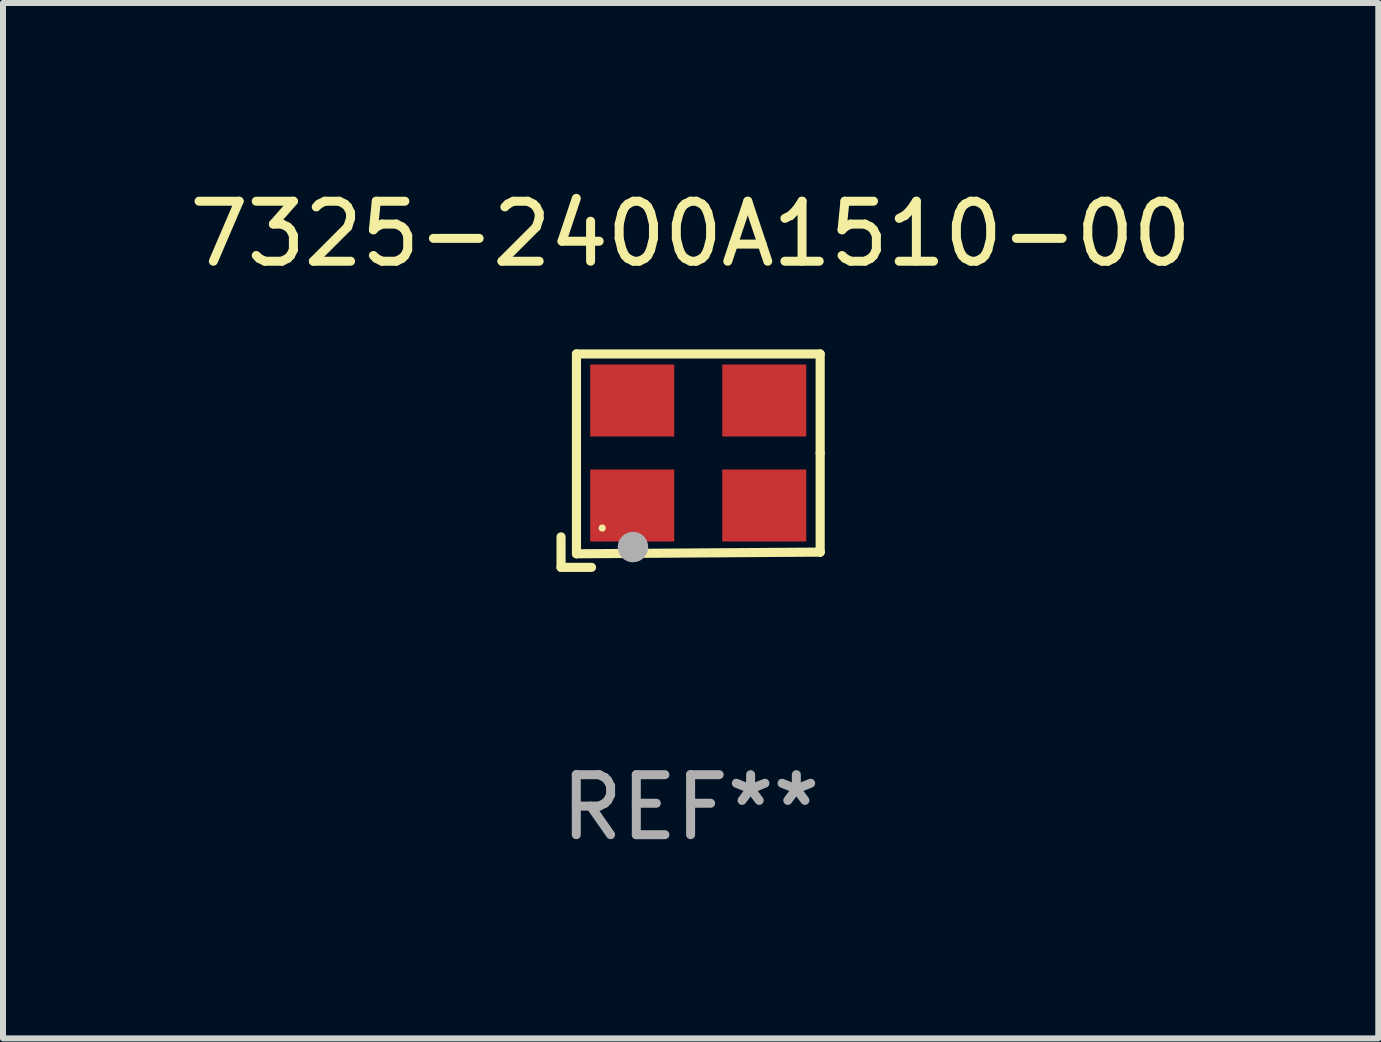
<source format=kicad_pcb>
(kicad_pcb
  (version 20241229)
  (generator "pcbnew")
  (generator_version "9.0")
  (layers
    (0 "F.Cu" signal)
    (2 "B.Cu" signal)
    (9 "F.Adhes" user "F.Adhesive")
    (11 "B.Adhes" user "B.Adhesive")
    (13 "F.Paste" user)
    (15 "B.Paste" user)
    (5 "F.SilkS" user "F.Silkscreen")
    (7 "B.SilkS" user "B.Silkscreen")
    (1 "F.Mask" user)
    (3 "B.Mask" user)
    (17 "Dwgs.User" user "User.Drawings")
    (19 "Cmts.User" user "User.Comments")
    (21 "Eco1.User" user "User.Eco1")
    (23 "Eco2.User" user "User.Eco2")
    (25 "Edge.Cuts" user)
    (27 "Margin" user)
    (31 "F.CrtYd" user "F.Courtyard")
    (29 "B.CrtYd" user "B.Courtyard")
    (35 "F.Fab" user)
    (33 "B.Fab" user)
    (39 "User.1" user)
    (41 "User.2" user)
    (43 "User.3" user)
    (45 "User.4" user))
  (footprint "7325-2400A1510-00"
    (layer "F.Cu")
    (at 8.458 4.626)
    (property "Reference" "7325-2400A1510-00" (at 0 -3.778 0) (layer "F.SilkS") (effects (font (size 1 1) (thickness 0.15))))
    (attr through_hole)
    (fp_line (start -2.159 1.27) (end -2.159 1.778) (stroke (width 0.152) (type solid)) (layer "F.SilkS"))
    (fp_line (start -2.159 1.778) (end -1.651 1.778) (stroke (width 0.152) (type solid)) (layer "F.SilkS"))
    (fp_line (start -1.902 -1.778) (end 2.159 -1.778) (stroke (width 0.152) (type solid)) (layer "F.SilkS"))
    (fp_line (start -1.902 1.552) (end -1.902 -1.778) (stroke (width 0.152) (type solid)) (layer "F.SilkS"))
    (fp_line (start 2.159 -1.778) (end 2.159 -0.127) (stroke (width 0.152) (type solid)) (layer "F.SilkS"))
    (fp_line (start 2.159 -0.127) (end 2.159 1.524) (stroke (width 0.152) (type solid)) (layer "F.SilkS"))
    (fp_line (start 2.159 1.524) (end -1.902 1.552) (stroke (width 0.152) (type solid)) (layer "F.SilkS"))
    (fp_line (start 2.159 1.524) (end 2.159 1.524) (stroke (width 0.152) (type solid)) (layer "F.SilkS"))
    (fp_circle (center -1.473 1.123) (end -1.443 1.123) (stroke (width 0.06) (type solid)) (fill no) (layer "F.SilkS"))
    (fp_circle (center -0.961 1.44) (end -0.834 1.44) (stroke (width 0.254) (type solid)) (fill no) (layer "F.Fab"))
    (fp_text user "REF**" (at 0 5.778 0) (layer "F.Fab") (effects (font (size 1 1) (thickness 0.15))))
    (pad "1" smd rect (at -0.973 0.748) (size 1.4 1.2) (layers "F.Cu" "F.Mask" "F.Paste"))
    (pad "2" smd rect (at 1.227 0.748) (size 1.4 1.2) (layers "F.Cu" "F.Mask" "F.Paste"))
    (pad "3" smd rect (at 1.227 -1.002) (size 1.4 1.2) (layers "F.Cu" "F.Mask" "F.Paste"))
    (pad "4" smd rect (at -0.973 -1.002) (size 1.4 1.2) (layers "F.Cu" "F.Mask" "F.Paste")))
  (gr_rect
    (start -3 -3)
    (end 19.917 14.253)
    (stroke (width 0.1) (type default))
    (fill no)
    (layer "Edge.Cuts")))
</source>
